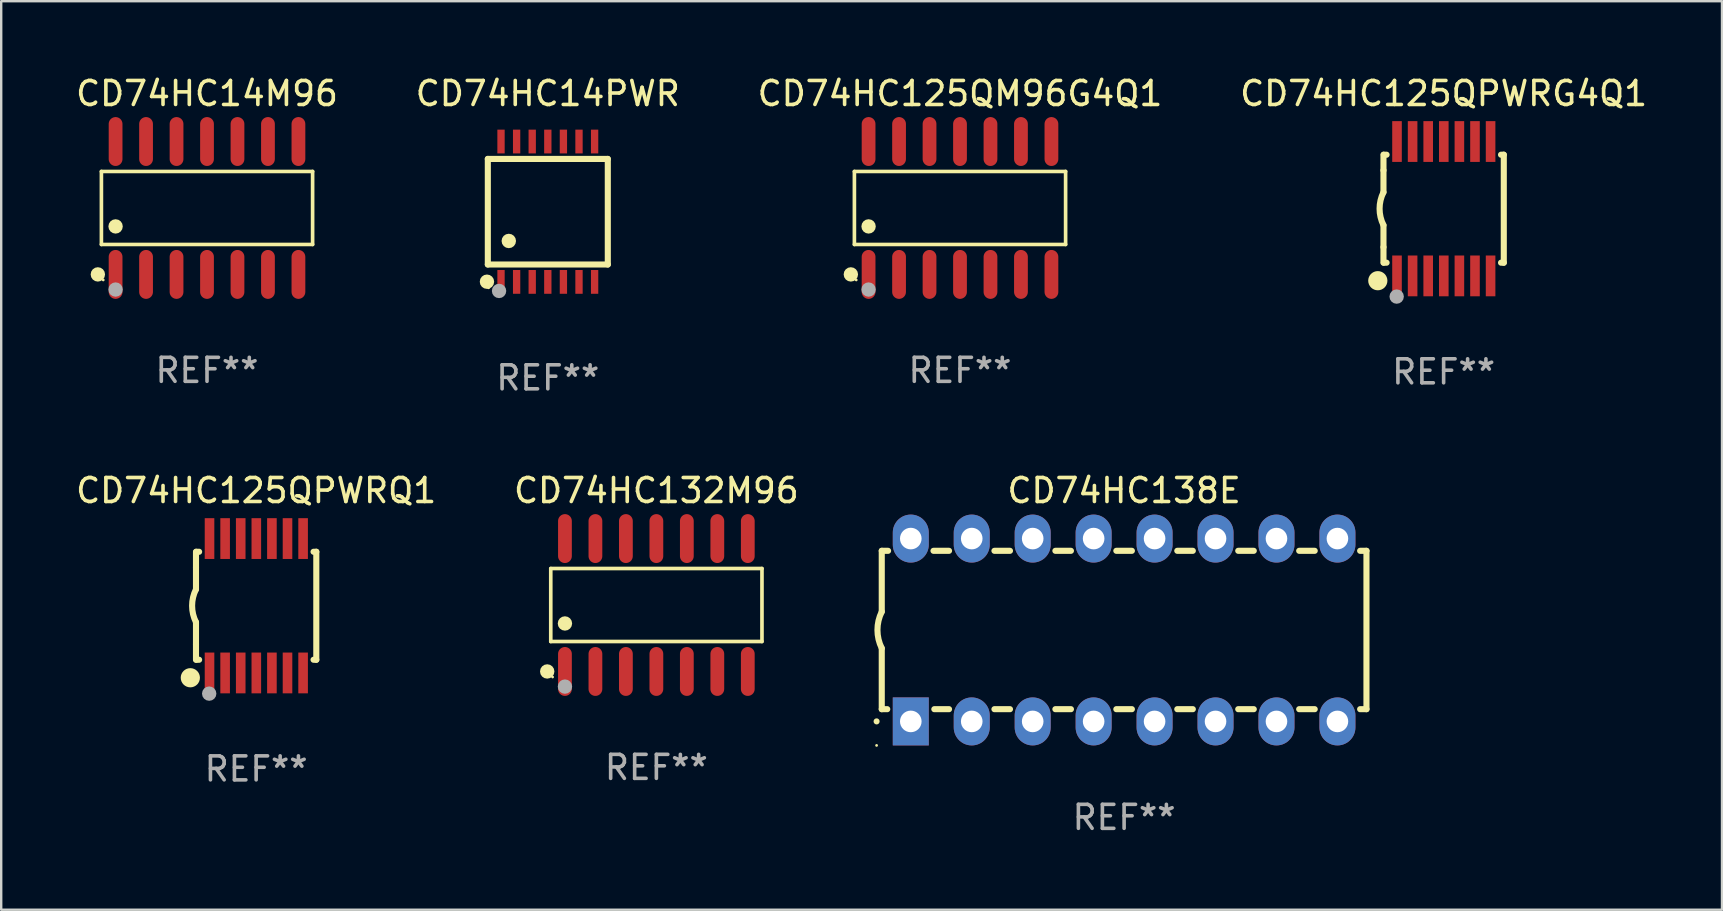
<source format=kicad_pcb>
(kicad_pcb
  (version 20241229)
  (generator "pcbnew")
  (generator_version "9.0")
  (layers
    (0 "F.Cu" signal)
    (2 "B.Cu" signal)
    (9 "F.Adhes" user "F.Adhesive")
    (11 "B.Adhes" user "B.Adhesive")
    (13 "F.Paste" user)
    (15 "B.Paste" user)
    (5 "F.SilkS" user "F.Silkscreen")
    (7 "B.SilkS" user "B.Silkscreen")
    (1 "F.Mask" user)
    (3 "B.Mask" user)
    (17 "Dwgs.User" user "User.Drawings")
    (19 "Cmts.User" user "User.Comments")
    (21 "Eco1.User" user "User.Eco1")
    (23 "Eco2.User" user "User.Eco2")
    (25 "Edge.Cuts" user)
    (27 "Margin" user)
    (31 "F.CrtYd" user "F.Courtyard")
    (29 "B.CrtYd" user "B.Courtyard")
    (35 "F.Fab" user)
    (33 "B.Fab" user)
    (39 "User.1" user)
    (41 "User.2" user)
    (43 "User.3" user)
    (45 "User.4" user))
  (footprint "CD74HC14M96"
    (layer "F.Cu")
    (at 5.577 5.617)
    (property "Reference" "CD74HC14M96" (at 0 -4.769 0) (layer "F.SilkS") (effects (font (size 1 1) (thickness 0.15))))
    (attr through_hole)
    (fp_line (start -4.401 -1.521) (end 4.401 -1.521) (stroke (width 0.152) (type solid)) (layer "F.SilkS"))
    (fp_line (start -4.401 1.521) (end -4.401 -1.521) (stroke (width 0.152) (type solid)) (layer "F.SilkS"))
    (fp_line (start 4.401 -1.521) (end 4.401 1.521) (stroke (width 0.152) (type solid)) (layer "F.SilkS"))
    (fp_line (start 4.401 1.521) (end -4.401 1.521) (stroke (width 0.152) (type solid)) (layer "F.SilkS"))
    (fp_circle (center -4.549 2.769) (end -4.399 2.769) (stroke (width 0.3) (type solid)) (fill no) (layer "F.SilkS"))
    (fp_circle (center -4.325 3) (end -4.295 3) (stroke (width 0.06) (type solid)) (fill no) (layer "F.SilkS"))
    (fp_circle (center -3.81 0.769) (end -3.66 0.769) (stroke (width 0.3) (type solid)) (fill no) (layer "F.SilkS"))
    (fp_circle (center -3.81 3.4) (end -3.66 3.4) (stroke (width 0.3) (type solid)) (fill no) (layer "F.Fab"))
    (fp_text user "REF**" (at 0 6.769 0) (layer "F.Fab") (effects (font (size 1 1) (thickness 0.15))))
    (pad "1" smd oval (at -3.81 2.769) (size 0.574 2.038) (layers "F.Cu" "F.Mask" "F.Paste"))
    (pad "2" smd oval (at -2.54 2.769) (size 0.574 2.038) (layers "F.Cu" "F.Mask" "F.Paste"))
    (pad "3" smd oval (at -1.27 2.769) (size 0.574 2.038) (layers "F.Cu" "F.Mask" "F.Paste"))
    (pad "4" smd oval (at 0 2.769) (size 0.574 2.038) (layers "F.Cu" "F.Mask" "F.Paste"))
    (pad "5" smd oval (at 1.27 2.769) (size 0.574 2.038) (layers "F.Cu" "F.Mask" "F.Paste"))
    (pad "6" smd oval (at 2.54 2.769) (size 0.574 2.038) (layers "F.Cu" "F.Mask" "F.Paste"))
    (pad "7" smd oval (at 3.81 2.769) (size 0.574 2.038) (layers "F.Cu" "F.Mask" "F.Paste"))
    (pad "8" smd oval (at 3.81 -2.769) (size 0.574 2.038) (layers "F.Cu" "F.Mask" "F.Paste"))
    (pad "9" smd oval (at 2.54 -2.769) (size 0.574 2.038) (layers "F.Cu" "F.Mask" "F.Paste"))
    (pad "10" smd oval (at 1.27 -2.769) (size 0.574 2.038) (layers "F.Cu" "F.Mask" "F.Paste"))
    (pad "11" smd oval (at 0 -2.769) (size 0.574 2.038) (layers "F.Cu" "F.Mask" "F.Paste"))
    (pad "12" smd oval (at -1.27 -2.769) (size 0.574 2.038) (layers "F.Cu" "F.Mask" "F.Paste"))
    (pad "13" smd oval (at -2.54 -2.769) (size 0.574 2.038) (layers "F.Cu" "F.Mask" "F.Paste"))
    (pad "14" smd oval (at -3.81 -2.769) (size 0.574 2.038) (layers "F.Cu" "F.Mask" "F.Paste")))
  (footprint "CD74HC138E"
    (layer "F.Cu")
    (at 43.797 23.205)
    (property "Reference" "CD74HC138E" (at 0 -5.81 0) (layer "F.SilkS") (effects (font (size 1 1) (thickness 0.15))))
    (attr through_hole)
    (fp_line (start -10.1 -3.3) (end -10.1 -0.762) (stroke (width 0.254) (type solid)) (layer "F.SilkS"))
    (fp_line (start -10.1 -3.3) (end -9.836 -3.3) (stroke (width 0.254) (type solid)) (layer "F.SilkS"))
    (fp_line (start -10.1 3.3) (end -10.1 0.762) (stroke (width 0.254) (type solid)) (layer "F.SilkS"))
    (fp_line (start -9.871 3.3) (end -10.1 3.3) (stroke (width 0.254) (type solid)) (layer "F.SilkS"))
    (fp_line (start -7.944 -3.3) (end -7.296 -3.3) (stroke (width 0.254) (type solid)) (layer "F.SilkS"))
    (fp_line (start -7.296 3.3) (end -7.909 3.3) (stroke (width 0.254) (type solid)) (layer "F.SilkS"))
    (fp_line (start -5.404 -3.3) (end -4.756 -3.3) (stroke (width 0.254) (type solid)) (layer "F.SilkS"))
    (fp_line (start -4.756 3.3) (end -5.404 3.3) (stroke (width 0.254) (type solid)) (layer "F.SilkS"))
    (fp_line (start -2.864 -3.3) (end -2.216 -3.3) (stroke (width 0.254) (type solid)) (layer "F.SilkS"))
    (fp_line (start -2.216 3.3) (end -2.864 3.3) (stroke (width 0.254) (type solid)) (layer "F.SilkS"))
    (fp_line (start -0.324 -3.3) (end 0.324 -3.3) (stroke (width 0.254) (type solid)) (layer "F.SilkS"))
    (fp_line (start 0.324 3.3) (end -0.324 3.3) (stroke (width 0.254) (type solid)) (layer "F.SilkS"))
    (fp_line (start 2.216 -3.3) (end 2.864 -3.3) (stroke (width 0.254) (type solid)) (layer "F.SilkS"))
    (fp_line (start 2.864 3.3) (end 2.216 3.3) (stroke (width 0.254) (type solid)) (layer "F.SilkS"))
    (fp_line (start 4.756 -3.3) (end 5.404 -3.3) (stroke (width 0.254) (type solid)) (layer "F.SilkS"))
    (fp_line (start 5.404 3.3) (end 4.756 3.3) (stroke (width 0.254) (type solid)) (layer "F.SilkS"))
    (fp_line (start 7.296 -3.3) (end 7.944 -3.3) (stroke (width 0.254) (type solid)) (layer "F.SilkS"))
    (fp_line (start 7.944 3.3) (end 7.296 3.3) (stroke (width 0.254) (type solid)) (layer "F.SilkS"))
    (fp_line (start 9.836 -3.3) (end 10.1 -3.3) (stroke (width 0.254) (type solid)) (layer "F.SilkS"))
    (fp_line (start 10.1 3.3) (end 9.836 3.3) (stroke (width 0.254) (type solid)) (layer "F.SilkS"))
    (fp_line (start 10.1 3.3) (end 10.1 -3.3) (stroke (width 0.254) (type solid)) (layer "F.SilkS"))
    (fp_arc (start -10.314948 3.810008) (mid -10.314955 3.808738) (end -10.314948 3.807468) (stroke (width 0.25) (type solid)) (layer "F.SilkS"))
    (fp_arc (start -10.099048 0.762001) (mid -10.279271 0.000116) (end -10.100038 -0.762002) (stroke (width 0.254001) (type solid)) (layer "F.SilkS"))
    (fp_circle (center -10.315 4.81) (end -10.285 4.81) (stroke (width 0.06) (type solid)) (fill no) (layer "F.SilkS"))
    (fp_text user "REF**" (at 0 7.81 0) (layer "F.Fab") (effects (font (size 1 1) (thickness 0.15))))
    (pad "1" thru_hole rect (at -8.89 3.81 90) (size 2 1.5) (drill 0.9) (layers "*.Cu" "*.Mask"))
    (pad "2" thru_hole oval (at -6.35 3.81 90) (size 2 1.5) (drill 0.9) (layers "*.Cu" "*.Mask"))
    (pad "3" thru_hole oval (at -3.81 3.81 90) (size 2 1.5) (drill 0.9) (layers "*.Cu" "*.Mask"))
    (pad "4" thru_hole oval (at -1.27 3.81 90) (size 2 1.5) (drill 0.9) (layers "*.Cu" "*.Mask"))
    (pad "5" thru_hole oval (at 1.27 3.81 90) (size 2 1.5) (drill 0.9) (layers "*.Cu" "*.Mask"))
    (pad "6" thru_hole oval (at 3.81 3.81 90) (size 2 1.5) (drill 0.9) (layers "*.Cu" "*.Mask"))
    (pad "7" thru_hole oval (at 6.35 3.81 90) (size 2 1.5) (drill 0.9) (layers "*.Cu" "*.Mask"))
    (pad "8" thru_hole oval (at 8.89 3.81 90) (size 2 1.5) (drill 0.9) (layers "*.Cu" "*.Mask"))
    (pad "9" thru_hole oval (at 8.89 -3.81 90) (size 2 1.5) (drill 0.9) (layers "*.Cu" "*.Mask"))
    (pad "10" thru_hole oval (at 6.35 -3.81 90) (size 2 1.5) (drill 0.9) (layers "*.Cu" "*.Mask"))
    (pad "11" thru_hole oval (at 3.81 -3.81 90) (size 2 1.5) (drill 0.9) (layers "*.Cu" "*.Mask"))
    (pad "12" thru_hole oval (at 1.27 -3.81 90) (size 2 1.5) (drill 0.9) (layers "*.Cu" "*.Mask"))
    (pad "13" thru_hole oval (at -1.27 -3.81 90) (size 2 1.5) (drill 0.9) (layers "*.Cu" "*.Mask"))
    (pad "14" thru_hole oval (at -3.81 -3.81 90) (size 2 1.5) (drill 0.9) (layers "*.Cu" "*.Mask"))
    (pad "15" thru_hole oval (at -6.35 -3.81 90) (size 2 1.5) (drill 0.9) (layers "*.Cu" "*.Mask"))
    (pad "16" thru_hole oval (at -8.89 -3.81 90) (size 2 1.5) (drill 0.9) (layers "*.Cu" "*.Mask")))
  (footprint "CD74HC125QPWRQ1"
    (layer "F.Cu")
    (at 7.625 22.195)
    (property "Reference" "CD74HC125QPWRQ1" (at 0 -4.8 0) (layer "F.SilkS") (effects (font (size 1 1) (thickness 0.15))))
    (attr through_hole)
    (fp_line (start -2.507 -1.6) (end -2.507 -2.25) (stroke (width 0.254) (type solid)) (layer "F.SilkS"))
    (fp_line (start -2.507 -0.686) (end -2.507 -1.6) (stroke (width 0.254) (type solid)) (layer "F.SilkS"))
    (fp_line (start -2.507 1.6) (end -2.507 0.686) (stroke (width 0.254) (type solid)) (layer "F.SilkS"))
    (fp_line (start -2.507 1.6) (end -2.507 2.25) (stroke (width 0.254) (type solid)) (layer "F.SilkS"))
    (fp_line (start -2.493 -2.25) (end -2.377 -2.25) (stroke (width 0.254) (type solid)) (layer "F.SilkS"))
    (fp_line (start -2.377 2.25) (end -2.493 2.25) (stroke (width 0.254) (type solid)) (layer "F.SilkS"))
    (fp_line (start 2.392 -2.25) (end 2.507 -2.25) (stroke (width 0.254) (type solid)) (layer "F.SilkS"))
    (fp_line (start 2.507 -2.25) (end 2.507 2.25) (stroke (width 0.254) (type solid)) (layer "F.SilkS"))
    (fp_line (start 2.507 2.25) (end 2.392 2.25) (stroke (width 0.254) (type solid)) (layer "F.SilkS"))
    (fp_arc (start -2.507303 0.685802) (mid -2.669199 0) (end -2.507303 -0.685801) (stroke (width 0.254001) (type solid)) (layer "F.SilkS"))
    (fp_circle (center -2.743 3) (end -2.543 3) (stroke (width 0.4) (type solid)) (fill no) (layer "F.SilkS"))
    (fp_circle (center -2.493 3.2) (end -2.463 3.2) (stroke (width 0.06) (type solid)) (fill no) (layer "F.SilkS"))
    (fp_circle (center -1.957 3.662) (end -1.807 3.662) (stroke (width 0.3) (type solid)) (fill no) (layer "F.Fab"))
    (fp_text user "REF**" (at 0 6.8 0) (layer "F.Fab") (effects (font (size 1 1) (thickness 0.15))))
    (pad "1" smd rect (at -1.943 2.8) (size 0.4 1.7) (layers "F.Cu" "F.Mask" "F.Paste"))
    (pad "2" smd rect (at -1.293 2.8) (size 0.4 1.7) (layers "F.Cu" "F.Mask" "F.Paste"))
    (pad "3" smd rect (at -0.643 2.8) (size 0.4 1.7) (layers "F.Cu" "F.Mask" "F.Paste"))
    (pad "4" smd rect (at 0.007 2.8) (size 0.4 1.7) (layers "F.Cu" "F.Mask" "F.Paste"))
    (pad "5" smd rect (at 0.657 2.8) (size 0.4 1.7) (layers "F.Cu" "F.Mask" "F.Paste"))
    (pad "6" smd rect (at 1.307 2.8) (size 0.4 1.7) (layers "F.Cu" "F.Mask" "F.Paste"))
    (pad "7" smd rect (at 1.957 2.8) (size 0.4 1.7) (layers "F.Cu" "F.Mask" "F.Paste"))
    (pad "8" smd rect (at 1.957 -2.8) (size 0.4 1.7) (layers "F.Cu" "F.Mask" "F.Paste"))
    (pad "9" smd rect (at 1.307 -2.8) (size 0.4 1.7) (layers "F.Cu" "F.Mask" "F.Paste"))
    (pad "10" smd rect (at 0.657 -2.8) (size 0.4 1.7) (layers "F.Cu" "F.Mask" "F.Paste"))
    (pad "11" smd rect (at 0.007 -2.8) (size 0.4 1.7) (layers "F.Cu" "F.Mask" "F.Paste"))
    (pad "12" smd rect (at -0.643 -2.8) (size 0.4 1.7) (layers "F.Cu" "F.Mask" "F.Paste"))
    (pad "13" smd rect (at -1.293 -2.8) (size 0.4 1.7) (layers "F.Cu" "F.Mask" "F.Paste"))
    (pad "14" smd rect (at -1.943 -2.8) (size 0.4 1.7) (layers "F.Cu" "F.Mask" "F.Paste")))
  (footprint "CD74HC14PWR"
    (layer "F.Cu")
    (at 19.78 5.773)
    (property "Reference" "CD74HC14PWR" (at 0 -4.925 0) (layer "F.SilkS") (effects (font (size 1 1) (thickness 0.15))))
    (attr through_hole)
    (fp_line (start -2.5 2.2) (end -2.5 -2.2) (stroke (width 0.254) (type solid)) (layer "F.SilkS"))
    (fp_line (start -2.5 2.2) (end 2.5 2.2) (stroke (width 0.254) (type solid)) (layer "F.SilkS"))
    (fp_line (start 2.5 -2.2) (end -2.5 -2.2) (stroke (width 0.254) (type solid)) (layer "F.SilkS"))
    (fp_line (start 2.5 -2.2) (end 2.5 2.2) (stroke (width 0.254) (type solid)) (layer "F.SilkS"))
    (fp_circle (center -2.536 2.917) (end -2.386 2.917) (stroke (width 0.3) (type solid)) (fill no) (layer "F.SilkS"))
    (fp_circle (center -2.47 3.17) (end -2.44 3.17) (stroke (width 0.06) (type solid)) (fill no) (layer "F.SilkS"))
    (fp_circle (center -1.626 1.219) (end -1.475 1.219) (stroke (width 0.3) (type solid)) (fill no) (layer "F.SilkS"))
    (fp_circle (center -2.032 3.302) (end -1.882 3.302) (stroke (width 0.3) (type solid)) (fill no) (layer "F.Fab"))
    (fp_text user "REF**" (at 0 6.925 0) (layer "F.Fab") (effects (font (size 1 1) (thickness 0.15))))
    (pad "1" smd rect (at -1.95 2.925) (size 0.305 0.991) (layers "F.Cu" "F.Mask" "F.Paste"))
    (pad "2" smd rect (at -1.3 2.925) (size 0.305 0.991) (layers "F.Cu" "F.Mask" "F.Paste"))
    (pad "3" smd rect (at -0.65 2.925) (size 0.305 0.991) (layers "F.Cu" "F.Mask" "F.Paste"))
    (pad "4" smd rect (at 0 2.925) (size 0.305 0.991) (layers "F.Cu" "F.Mask" "F.Paste"))
    (pad "5" smd rect (at 0.65 2.925) (size 0.305 0.991) (layers "F.Cu" "F.Mask" "F.Paste"))
    (pad "6" smd rect (at 1.3 2.925) (size 0.305 0.991) (layers "F.Cu" "F.Mask" "F.Paste"))
    (pad "7" smd rect (at 1.95 2.925) (size 0.305 0.991) (layers "F.Cu" "F.Mask" "F.Paste"))
    (pad "8" smd rect (at 1.95 -2.925) (size 0.305 0.991) (layers "F.Cu" "F.Mask" "F.Paste"))
    (pad "9" smd rect (at 1.3 -2.925) (size 0.305 0.991) (layers "F.Cu" "F.Mask" "F.Paste"))
    (pad "10" smd rect (at 0.65 -2.925) (size 0.305 0.991) (layers "F.Cu" "F.Mask" "F.Paste"))
    (pad "11" smd rect (at 0 -2.925) (size 0.305 0.991) (layers "F.Cu" "F.Mask" "F.Paste"))
    (pad "12" smd rect (at -0.65 -2.925) (size 0.305 0.991) (layers "F.Cu" "F.Mask" "F.Paste"))
    (pad "13" smd rect (at -1.3 -2.925) (size 0.305 0.991) (layers "F.Cu" "F.Mask" "F.Paste"))
    (pad "14" smd rect (at -1.95 -2.925) (size 0.305 0.991) (layers "F.Cu" "F.Mask" "F.Paste")))
  (footprint "CD74HC125QPWRG4Q1"
    (layer "F.Cu")
    (at 57.113 5.648)
    (property "Reference" "CD74HC125QPWRG4Q1" (at 0 -4.8 0) (layer "F.SilkS") (effects (font (size 1 1) (thickness 0.15))))
    (attr through_hole)
    (fp_line (start -2.507 -1.6) (end -2.507 -2.25) (stroke (width 0.254) (type solid)) (layer "F.SilkS"))
    (fp_line (start -2.507 -0.686) (end -2.507 -1.6) (stroke (width 0.254) (type solid)) (layer "F.SilkS"))
    (fp_line (start -2.507 1.6) (end -2.507 0.686) (stroke (width 0.254) (type solid)) (layer "F.SilkS"))
    (fp_line (start -2.507 1.6) (end -2.507 2.25) (stroke (width 0.254) (type solid)) (layer "F.SilkS"))
    (fp_line (start -2.493 -2.25) (end -2.377 -2.25) (stroke (width 0.254) (type solid)) (layer "F.SilkS"))
    (fp_line (start -2.377 2.25) (end -2.493 2.25) (stroke (width 0.254) (type solid)) (layer "F.SilkS"))
    (fp_line (start 2.392 -2.25) (end 2.507 -2.25) (stroke (width 0.254) (type solid)) (layer "F.SilkS"))
    (fp_line (start 2.507 -2.25) (end 2.507 2.25) (stroke (width 0.254) (type solid)) (layer "F.SilkS"))
    (fp_line (start 2.507 2.25) (end 2.392 2.25) (stroke (width 0.254) (type solid)) (layer "F.SilkS"))
    (fp_arc (start -2.507303 0.685802) (mid -2.669199 0) (end -2.507303 -0.685801) (stroke (width 0.254001) (type solid)) (layer "F.SilkS"))
    (fp_circle (center -2.743 3) (end -2.543 3) (stroke (width 0.4) (type solid)) (fill no) (layer "F.SilkS"))
    (fp_circle (center -2.493 3.2) (end -2.463 3.2) (stroke (width 0.06) (type solid)) (fill no) (layer "F.SilkS"))
    (fp_circle (center -1.957 3.662) (end -1.807 3.662) (stroke (width 0.3) (type solid)) (fill no) (layer "F.Fab"))
    (fp_text user "REF**" (at 0 6.8 0) (layer "F.Fab") (effects (font (size 1 1) (thickness 0.15))))
    (pad "1" smd rect (at -1.943 2.8) (size 0.4 1.7) (layers "F.Cu" "F.Mask" "F.Paste"))
    (pad "2" smd rect (at -1.293 2.8) (size 0.4 1.7) (layers "F.Cu" "F.Mask" "F.Paste"))
    (pad "3" smd rect (at -0.643 2.8) (size 0.4 1.7) (layers "F.Cu" "F.Mask" "F.Paste"))
    (pad "4" smd rect (at 0.007 2.8) (size 0.4 1.7) (layers "F.Cu" "F.Mask" "F.Paste"))
    (pad "5" smd rect (at 0.657 2.8) (size 0.4 1.7) (layers "F.Cu" "F.Mask" "F.Paste"))
    (pad "6" smd rect (at 1.307 2.8) (size 0.4 1.7) (layers "F.Cu" "F.Mask" "F.Paste"))
    (pad "7" smd rect (at 1.957 2.8) (size 0.4 1.7) (layers "F.Cu" "F.Mask" "F.Paste"))
    (pad "8" smd rect (at 1.957 -2.8) (size 0.4 1.7) (layers "F.Cu" "F.Mask" "F.Paste"))
    (pad "9" smd rect (at 1.307 -2.8) (size 0.4 1.7) (layers "F.Cu" "F.Mask" "F.Paste"))
    (pad "10" smd rect (at 0.657 -2.8) (size 0.4 1.7) (layers "F.Cu" "F.Mask" "F.Paste"))
    (pad "11" smd rect (at 0.007 -2.8) (size 0.4 1.7) (layers "F.Cu" "F.Mask" "F.Paste"))
    (pad "12" smd rect (at -0.643 -2.8) (size 0.4 1.7) (layers "F.Cu" "F.Mask" "F.Paste"))
    (pad "13" smd rect (at -1.293 -2.8) (size 0.4 1.7) (layers "F.Cu" "F.Mask" "F.Paste"))
    (pad "14" smd rect (at -1.943 -2.8) (size 0.4 1.7) (layers "F.Cu" "F.Mask" "F.Paste")))
  (footprint "CD74HC132M96"
    (layer "F.Cu")
    (at 24.304 22.164)
    (property "Reference" "CD74HC132M96" (at 0 -4.769 0) (layer "F.SilkS") (effects (font (size 1 1) (thickness 0.15))))
    (attr through_hole)
    (fp_line (start -4.401 -1.521) (end 4.401 -1.521) (stroke (width 0.152) (type solid)) (layer "F.SilkS"))
    (fp_line (start -4.401 1.521) (end -4.401 -1.521) (stroke (width 0.152) (type solid)) (layer "F.SilkS"))
    (fp_line (start 4.401 -1.521) (end 4.401 1.521) (stroke (width 0.152) (type solid)) (layer "F.SilkS"))
    (fp_line (start 4.401 1.521) (end -4.401 1.521) (stroke (width 0.152) (type solid)) (layer "F.SilkS"))
    (fp_circle (center -4.549 2.769) (end -4.399 2.769) (stroke (width 0.3) (type solid)) (fill no) (layer "F.SilkS"))
    (fp_circle (center -4.325 3) (end -4.295 3) (stroke (width 0.06) (type solid)) (fill no) (layer "F.SilkS"))
    (fp_circle (center -3.81 0.769) (end -3.66 0.769) (stroke (width 0.3) (type solid)) (fill no) (layer "F.SilkS"))
    (fp_circle (center -3.81 3.4) (end -3.66 3.4) (stroke (width 0.3) (type solid)) (fill no) (layer "F.Fab"))
    (fp_text user "REF**" (at 0 6.769 0) (layer "F.Fab") (effects (font (size 1 1) (thickness 0.15))))
    (pad "1" smd oval (at -3.81 2.769) (size 0.574 2.038) (layers "F.Cu" "F.Mask" "F.Paste"))
    (pad "2" smd oval (at -2.54 2.769) (size 0.574 2.038) (layers "F.Cu" "F.Mask" "F.Paste"))
    (pad "3" smd oval (at -1.27 2.769) (size 0.574 2.038) (layers "F.Cu" "F.Mask" "F.Paste"))
    (pad "4" smd oval (at 0 2.769) (size 0.574 2.038) (layers "F.Cu" "F.Mask" "F.Paste"))
    (pad "5" smd oval (at 1.27 2.769) (size 0.574 2.038) (layers "F.Cu" "F.Mask" "F.Paste"))
    (pad "6" smd oval (at 2.54 2.769) (size 0.574 2.038) (layers "F.Cu" "F.Mask" "F.Paste"))
    (pad "7" smd oval (at 3.81 2.769) (size 0.574 2.038) (layers "F.Cu" "F.Mask" "F.Paste"))
    (pad "8" smd oval (at 3.81 -2.769) (size 0.574 2.038) (layers "F.Cu" "F.Mask" "F.Paste"))
    (pad "9" smd oval (at 2.54 -2.769) (size 0.574 2.038) (layers "F.Cu" "F.Mask" "F.Paste"))
    (pad "10" smd oval (at 1.27 -2.769) (size 0.574 2.038) (layers "F.Cu" "F.Mask" "F.Paste"))
    (pad "11" smd oval (at 0 -2.769) (size 0.574 2.038) (layers "F.Cu" "F.Mask" "F.Paste"))
    (pad "12" smd oval (at -1.27 -2.769) (size 0.574 2.038) (layers "F.Cu" "F.Mask" "F.Paste"))
    (pad "13" smd oval (at -2.54 -2.769) (size 0.574 2.038) (layers "F.Cu" "F.Mask" "F.Paste"))
    (pad "14" smd oval (at -3.81 -2.769) (size 0.574 2.038) (layers "F.Cu" "F.Mask" "F.Paste")))
  (footprint "CD74HC125QM96G4Q1"
    (layer "F.Cu")
    (at 36.958 5.617)
    (property "Reference" "CD74HC125QM96G4Q1" (at 0 -4.769 0) (layer "F.SilkS") (effects (font (size 1 1) (thickness 0.15))))
    (attr through_hole)
    (fp_line (start -4.401 -1.521) (end 4.401 -1.521) (stroke (width 0.152) (type solid)) (layer "F.SilkS"))
    (fp_line (start -4.401 1.521) (end -4.401 -1.521) (stroke (width 0.152) (type solid)) (layer "F.SilkS"))
    (fp_line (start 4.401 -1.521) (end 4.401 1.521) (stroke (width 0.152) (type solid)) (layer "F.SilkS"))
    (fp_line (start 4.401 1.521) (end -4.401 1.521) (stroke (width 0.152) (type solid)) (layer "F.SilkS"))
    (fp_circle (center -4.549 2.769) (end -4.399 2.769) (stroke (width 0.3) (type solid)) (fill no) (layer "F.SilkS"))
    (fp_circle (center -4.325 3) (end -4.295 3) (stroke (width 0.06) (type solid)) (fill no) (layer "F.SilkS"))
    (fp_circle (center -3.81 0.769) (end -3.66 0.769) (stroke (width 0.3) (type solid)) (fill no) (layer "F.SilkS"))
    (fp_circle (center -3.81 3.4) (end -3.66 3.4) (stroke (width 0.3) (type solid)) (fill no) (layer "F.Fab"))
    (fp_text user "REF**" (at 0 6.769 0) (layer "F.Fab") (effects (font (size 1 1) (thickness 0.15))))
    (pad "1" smd oval (at -3.81 2.769) (size 0.574 2.038) (layers "F.Cu" "F.Mask" "F.Paste"))
    (pad "2" smd oval (at -2.54 2.769) (size 0.574 2.038) (layers "F.Cu" "F.Mask" "F.Paste"))
    (pad "3" smd oval (at -1.27 2.769) (size 0.574 2.038) (layers "F.Cu" "F.Mask" "F.Paste"))
    (pad "4" smd oval (at 0 2.769) (size 0.574 2.038) (layers "F.Cu" "F.Mask" "F.Paste"))
    (pad "5" smd oval (at 1.27 2.769) (size 0.574 2.038) (layers "F.Cu" "F.Mask" "F.Paste"))
    (pad "6" smd oval (at 2.54 2.769) (size 0.574 2.038) (layers "F.Cu" "F.Mask" "F.Paste"))
    (pad "7" smd oval (at 3.81 2.769) (size 0.574 2.038) (layers "F.Cu" "F.Mask" "F.Paste"))
    (pad "8" smd oval (at 3.81 -2.769) (size 0.574 2.038) (layers "F.Cu" "F.Mask" "F.Paste"))
    (pad "9" smd oval (at 2.54 -2.769) (size 0.574 2.038) (layers "F.Cu" "F.Mask" "F.Paste"))
    (pad "10" smd oval (at 1.27 -2.769) (size 0.574 2.038) (layers "F.Cu" "F.Mask" "F.Paste"))
    (pad "11" smd oval (at 0 -2.769) (size 0.574 2.038) (layers "F.Cu" "F.Mask" "F.Paste"))
    (pad "12" smd oval (at -1.27 -2.769) (size 0.574 2.038) (layers "F.Cu" "F.Mask" "F.Paste"))
    (pad "13" smd oval (at -2.54 -2.769) (size 0.574 2.038) (layers "F.Cu" "F.Mask" "F.Paste"))
    (pad "14" smd oval (at -3.81 -2.769) (size 0.574 2.038) (layers "F.Cu" "F.Mask" "F.Paste")))
  (gr_rect
    (start -3 -3)
    (end 68.714 34.863)
    (stroke (width 0.1) (type default))
    (fill no)
    (layer "Edge.Cuts")))
</source>
